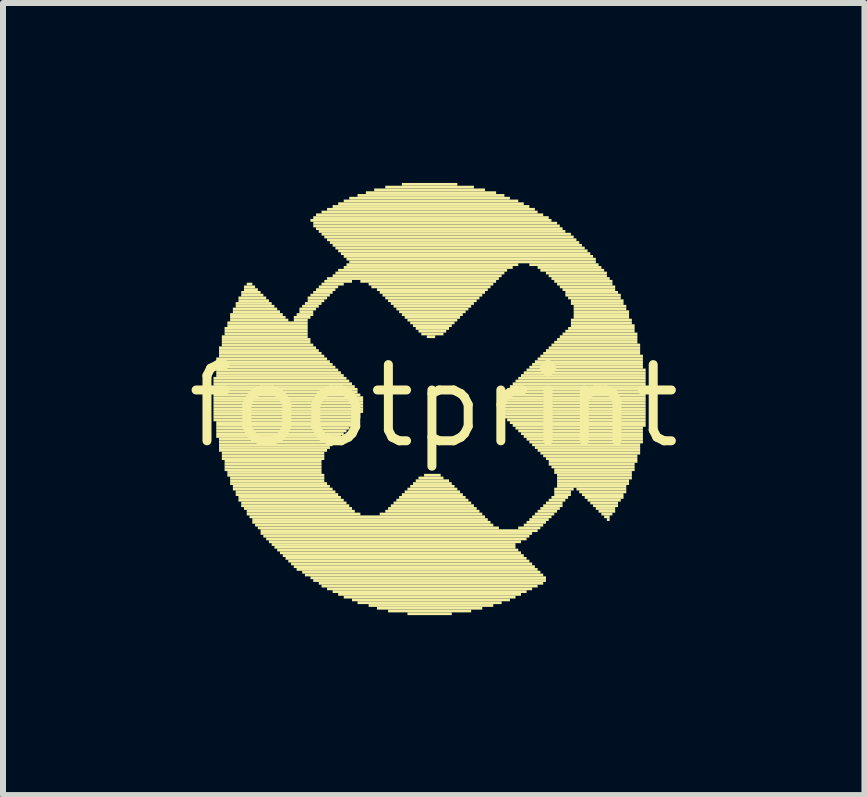
<source format=kicad_pcb>
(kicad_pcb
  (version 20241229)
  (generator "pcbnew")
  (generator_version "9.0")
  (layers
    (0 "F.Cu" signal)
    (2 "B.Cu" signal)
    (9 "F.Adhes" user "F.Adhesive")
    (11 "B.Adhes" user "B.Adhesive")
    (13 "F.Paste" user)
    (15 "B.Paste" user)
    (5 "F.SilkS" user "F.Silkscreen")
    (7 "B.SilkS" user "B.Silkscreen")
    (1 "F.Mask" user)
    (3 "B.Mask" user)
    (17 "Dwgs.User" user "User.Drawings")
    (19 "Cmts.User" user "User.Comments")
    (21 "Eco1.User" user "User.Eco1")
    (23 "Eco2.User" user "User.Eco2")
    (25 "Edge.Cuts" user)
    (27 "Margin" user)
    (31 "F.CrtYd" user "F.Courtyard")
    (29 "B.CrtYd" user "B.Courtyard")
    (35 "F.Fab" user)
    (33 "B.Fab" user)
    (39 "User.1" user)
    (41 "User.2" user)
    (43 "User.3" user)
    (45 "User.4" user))
  (footprint "footprint"
    (layer "F.Cu")
    (at 4.18 3.718)
    (property "Reference" "footprint" (at 0 0 0) (layer "F.SilkS") (effects (font (size 1.27 1.27) (thickness 0.15))))
    (fp_poly (pts (xy -3.671 -0.439) (xy -1.454 -0.439) (xy -1.454 -0.485) (xy -3.671 -0.485)) (stroke (width 0) (type solid)) (fill yes) (layer "F.SilkS"))
    (fp_poly (pts (xy -3.671 -0.393) (xy -1.408 -0.393) (xy -1.408 -0.439) (xy -3.671 -0.439)) (stroke (width 0) (type solid)) (fill yes) (layer "F.SilkS"))
    (fp_poly (pts (xy -3.671 -0.347) (xy -1.362 -0.347) (xy -1.362 -0.393) (xy -3.671 -0.393)) (stroke (width 0) (type solid)) (fill yes) (layer "F.SilkS"))
    (fp_poly (pts (xy -3.671 -0.301) (xy -1.316 -0.301) (xy -1.316 -0.347) (xy -3.671 -0.347)) (stroke (width 0) (type solid)) (fill yes) (layer "F.SilkS"))
    (fp_poly (pts (xy -3.671 -0.254) (xy -1.27 -0.254) (xy -1.27 -0.301) (xy -3.671 -0.301)) (stroke (width 0) (type solid)) (fill yes) (layer "F.SilkS"))
    (fp_poly (pts (xy -3.671 -0.208) (xy -1.27 -0.208) (xy -1.27 -0.254) (xy -3.671 -0.254)) (stroke (width 0) (type solid)) (fill yes) (layer "F.SilkS"))
    (fp_poly (pts (xy -3.671 -0.162) (xy -1.223 -0.162) (xy -1.223 -0.208) (xy -3.671 -0.208)) (stroke (width 0) (type solid)) (fill yes) (layer "F.SilkS"))
    (fp_poly (pts (xy -3.671 -0.116) (xy -1.177 -0.116) (xy -1.177 -0.162) (xy -3.671 -0.162)) (stroke (width 0) (type solid)) (fill yes) (layer "F.SilkS"))
    (fp_poly (pts (xy -3.671 -0.07) (xy -1.177 -0.07) (xy -1.177 -0.116) (xy -3.671 -0.116)) (stroke (width 0) (type solid)) (fill yes) (layer "F.SilkS"))
    (fp_poly (pts (xy -3.671 -0.024) (xy -1.177 -0.024) (xy -1.177 -0.07) (xy -3.671 -0.07)) (stroke (width 0) (type solid)) (fill yes) (layer "F.SilkS"))
    (fp_poly (pts (xy -3.671 0.023) (xy -1.177 0.023) (xy -1.177 -0.024) (xy -3.671 -0.024)) (stroke (width 0) (type solid)) (fill yes) (layer "F.SilkS"))
    (fp_poly (pts (xy -3.671 0.069) (xy -1.177 0.069) (xy -1.177 0.023) (xy -3.671 0.023)) (stroke (width 0) (type solid)) (fill yes) (layer "F.SilkS"))
    (fp_poly (pts (xy -3.671 0.115) (xy -1.177 0.115) (xy -1.177 0.069) (xy -3.671 0.069)) (stroke (width 0) (type solid)) (fill yes) (layer "F.SilkS"))
    (fp_poly (pts (xy -3.671 0.161) (xy -1.223 0.161) (xy -1.223 0.115) (xy -3.671 0.115)) (stroke (width 0) (type solid)) (fill yes) (layer "F.SilkS"))
    (fp_poly (pts (xy -3.671 0.207) (xy -1.223 0.207) (xy -1.223 0.161) (xy -3.671 0.161)) (stroke (width 0) (type solid)) (fill yes) (layer "F.SilkS"))
    (fp_poly (pts (xy -3.671 0.254) (xy -1.27 0.254) (xy -1.27 0.207) (xy -3.671 0.207)) (stroke (width 0) (type solid)) (fill yes) (layer "F.SilkS"))
    (fp_poly (pts (xy -3.625 -0.762) (xy -1.778 -0.762) (xy -1.778 -0.809) (xy -3.625 -0.809)) (stroke (width 0) (type solid)) (fill yes) (layer "F.SilkS"))
    (fp_poly (pts (xy -3.625 -0.716) (xy -1.731 -0.716) (xy -1.731 -0.762) (xy -3.625 -0.762)) (stroke (width 0) (type solid)) (fill yes) (layer "F.SilkS"))
    (fp_poly (pts (xy -3.625 -0.67) (xy -1.685 -0.67) (xy -1.685 -0.716) (xy -3.625 -0.716)) (stroke (width 0) (type solid)) (fill yes) (layer "F.SilkS"))
    (fp_poly (pts (xy -3.625 -0.624) (xy -1.639 -0.624) (xy -1.639 -0.67) (xy -3.625 -0.67)) (stroke (width 0) (type solid)) (fill yes) (layer "F.SilkS"))
    (fp_poly (pts (xy -3.625 -0.578) (xy -1.593 -0.578) (xy -1.593 -0.624) (xy -3.625 -0.624)) (stroke (width 0) (type solid)) (fill yes) (layer "F.SilkS"))
    (fp_poly (pts (xy -3.625 -0.531) (xy -1.547 -0.531) (xy -1.547 -0.578) (xy -3.625 -0.578)) (stroke (width 0) (type solid)) (fill yes) (layer "F.SilkS"))
    (fp_poly (pts (xy -3.625 -0.485) (xy -1.5 -0.485) (xy -1.5 -0.531) (xy -3.625 -0.531)) (stroke (width 0) (type solid)) (fill yes) (layer "F.SilkS"))
    (fp_poly (pts (xy -3.625 0.3) (xy -1.316 0.3) (xy -1.316 0.254) (xy -3.625 0.254)) (stroke (width 0) (type solid)) (fill yes) (layer "F.SilkS"))
    (fp_poly (pts (xy -3.625 0.346) (xy -1.362 0.346) (xy -1.362 0.3) (xy -3.625 0.3)) (stroke (width 0) (type solid)) (fill yes) (layer "F.SilkS"))
    (fp_poly (pts (xy -3.625 0.392) (xy -1.408 0.392) (xy -1.408 0.346) (xy -3.625 0.346)) (stroke (width 0) (type solid)) (fill yes) (layer "F.SilkS"))
    (fp_poly (pts (xy -3.625 0.438) (xy -1.454 0.438) (xy -1.454 0.392) (xy -3.625 0.392)) (stroke (width 0) (type solid)) (fill yes) (layer "F.SilkS"))
    (fp_poly (pts (xy -3.625 0.484) (xy -1.5 0.484) (xy -1.5 0.438) (xy -3.625 0.438)) (stroke (width 0) (type solid)) (fill yes) (layer "F.SilkS"))
    (fp_poly (pts (xy -3.625 0.531) (xy -1.547 0.531) (xy -1.547 0.484) (xy -3.625 0.484)) (stroke (width 0) (type solid)) (fill yes) (layer "F.SilkS"))
    (fp_poly (pts (xy -3.579 -0.947) (xy -1.962 -0.947) (xy -1.962 -0.993) (xy -3.579 -0.993)) (stroke (width 0) (type solid)) (fill yes) (layer "F.SilkS"))
    (fp_poly (pts (xy -3.579 -0.901) (xy -1.916 -0.901) (xy -1.916 -0.947) (xy -3.579 -0.947)) (stroke (width 0) (type solid)) (fill yes) (layer "F.SilkS"))
    (fp_poly (pts (xy -3.579 -0.855) (xy -1.87 -0.855) (xy -1.87 -0.901) (xy -3.579 -0.901)) (stroke (width 0) (type solid)) (fill yes) (layer "F.SilkS"))
    (fp_poly (pts (xy -3.579 -0.809) (xy -1.824 -0.809) (xy -1.824 -0.855) (xy -3.579 -0.855)) (stroke (width 0) (type solid)) (fill yes) (layer "F.SilkS"))
    (fp_poly (pts (xy -3.579 0.577) (xy -1.593 0.577) (xy -1.593 0.531) (xy -3.579 0.531)) (stroke (width 0) (type solid)) (fill yes) (layer "F.SilkS"))
    (fp_poly (pts (xy -3.579 0.623) (xy -1.639 0.623) (xy -1.639 0.577) (xy -3.579 0.577)) (stroke (width 0) (type solid)) (fill yes) (layer "F.SilkS"))
    (fp_poly (pts (xy -3.579 0.669) (xy -1.685 0.669) (xy -1.685 0.623) (xy -3.579 0.623)) (stroke (width 0) (type solid)) (fill yes) (layer "F.SilkS"))
    (fp_poly (pts (xy -3.579 0.715) (xy -1.731 0.715) (xy -1.731 0.669) (xy -3.579 0.669)) (stroke (width 0) (type solid)) (fill yes) (layer "F.SilkS"))
    (fp_poly (pts (xy -3.579 0.762) (xy -1.778 0.762) (xy -1.778 0.715) (xy -3.579 0.715)) (stroke (width 0) (type solid)) (fill yes) (layer "F.SilkS"))
    (fp_poly (pts (xy -3.532 -1.132) (xy -2.101 -1.132) (xy -2.101 -1.178) (xy -3.532 -1.178)) (stroke (width 0) (type solid)) (fill yes) (layer "F.SilkS"))
    (fp_poly (pts (xy -3.532 -1.086) (xy -2.055 -1.086) (xy -2.055 -1.132) (xy -3.532 -1.132)) (stroke (width 0) (type solid)) (fill yes) (layer "F.SilkS"))
    (fp_poly (pts (xy -3.532 -1.04) (xy -2.055 -1.04) (xy -2.055 -1.086) (xy -3.532 -1.086)) (stroke (width 0) (type solid)) (fill yes) (layer "F.SilkS"))
    (fp_poly (pts (xy -3.532 -0.993) (xy -2.008 -0.993) (xy -2.008 -1.04) (xy -3.532 -1.04)) (stroke (width 0) (type solid)) (fill yes) (layer "F.SilkS"))
    (fp_poly (pts (xy -3.532 0.808) (xy -1.824 0.808) (xy -1.824 0.762) (xy -3.532 0.762)) (stroke (width 0) (type solid)) (fill yes) (layer "F.SilkS"))
    (fp_poly (pts (xy -3.532 0.854) (xy -1.824 0.854) (xy -1.824 0.808) (xy -3.532 0.808)) (stroke (width 0) (type solid)) (fill yes) (layer "F.SilkS"))
    (fp_poly (pts (xy -3.532 0.9) (xy -1.824 0.9) (xy -1.824 0.854) (xy -3.532 0.854)) (stroke (width 0) (type solid)) (fill yes) (layer "F.SilkS"))
    (fp_poly (pts (xy -3.486 -1.27) (xy -2.101 -1.27) (xy -2.101 -1.317) (xy -3.486 -1.317)) (stroke (width 0) (type solid)) (fill yes) (layer "F.SilkS"))
    (fp_poly (pts (xy -3.486 -1.224) (xy -2.101 -1.224) (xy -2.101 -1.27) (xy -3.486 -1.27)) (stroke (width 0) (type solid)) (fill yes) (layer "F.SilkS"))
    (fp_poly (pts (xy -3.486 -1.178) (xy -2.101 -1.178) (xy -2.101 -1.224) (xy -3.486 -1.224)) (stroke (width 0) (type solid)) (fill yes) (layer "F.SilkS"))
    (fp_poly (pts (xy -3.486 0.946) (xy -1.87 0.946) (xy -1.87 0.9) (xy -3.486 0.9)) (stroke (width 0) (type solid)) (fill yes) (layer "F.SilkS"))
    (fp_poly (pts (xy -3.486 0.993) (xy -1.87 0.993) (xy -1.87 0.946) (xy -3.486 0.946)) (stroke (width 0) (type solid)) (fill yes) (layer "F.SilkS"))
    (fp_poly (pts (xy -3.486 1.039) (xy -1.87 1.039) (xy -1.87 0.993) (xy -3.486 0.993)) (stroke (width 0) (type solid)) (fill yes) (layer "F.SilkS"))
    (fp_poly (pts (xy -3.486 1.085) (xy -1.87 1.085) (xy -1.87 1.039) (xy -3.486 1.039)) (stroke (width 0) (type solid)) (fill yes) (layer "F.SilkS"))
    (fp_poly (pts (xy -3.44 -1.363) (xy -2.101 -1.363) (xy -2.101 -1.409) (xy -3.44 -1.409)) (stroke (width 0) (type solid)) (fill yes) (layer "F.SilkS"))
    (fp_poly (pts (xy -3.44 -1.317) (xy -2.101 -1.317) (xy -2.101 -1.363) (xy -3.44 -1.363)) (stroke (width 0) (type solid)) (fill yes) (layer "F.SilkS"))
    (fp_poly (pts (xy -3.44 1.131) (xy -1.87 1.131) (xy -1.87 1.085) (xy -3.44 1.085)) (stroke (width 0) (type solid)) (fill yes) (layer "F.SilkS"))
    (fp_poly (pts (xy -3.44 1.177) (xy -1.824 1.177) (xy -1.824 1.131) (xy -3.44 1.131)) (stroke (width 0) (type solid)) (fill yes) (layer "F.SilkS"))
    (fp_poly (pts (xy -3.394 -1.501) (xy -2.516 -1.501) (xy -2.516 -1.548) (xy -3.394 -1.548)) (stroke (width 0) (type solid)) (fill yes) (layer "F.SilkS"))
    (fp_poly (pts (xy -3.394 -1.455) (xy -2.47 -1.455) (xy -2.47 -1.501) (xy -3.394 -1.501)) (stroke (width 0) (type solid)) (fill yes) (layer "F.SilkS"))
    (fp_poly (pts (xy -3.394 -1.409) (xy -2.424 -1.409) (xy -2.424 -1.455) (xy -3.394 -1.455)) (stroke (width 0) (type solid)) (fill yes) (layer "F.SilkS"))
    (fp_poly (pts (xy -3.394 1.223) (xy -1.824 1.223) (xy -1.824 1.177) (xy -3.394 1.177)) (stroke (width 0) (type solid)) (fill yes) (layer "F.SilkS"))
    (fp_poly (pts (xy -3.394 1.27) (xy -1.824 1.27) (xy -1.824 1.223) (xy -3.394 1.223)) (stroke (width 0) (type solid)) (fill yes) (layer "F.SilkS"))
    (fp_poly (pts (xy -3.394 1.316) (xy -1.778 1.316) (xy -1.778 1.27) (xy -3.394 1.27)) (stroke (width 0) (type solid)) (fill yes) (layer "F.SilkS"))
    (fp_poly (pts (xy -3.348 -1.594) (xy -2.609 -1.594) (xy -2.609 -1.64) (xy -3.348 -1.64)) (stroke (width 0) (type solid)) (fill yes) (layer "F.SilkS"))
    (fp_poly (pts (xy -3.348 -1.548) (xy -2.563 -1.548) (xy -2.563 -1.594) (xy -3.348 -1.594)) (stroke (width 0) (type solid)) (fill yes) (layer "F.SilkS"))
    (fp_poly (pts (xy -3.348 1.362) (xy -1.731 1.362) (xy -1.731 1.316) (xy -3.348 1.316)) (stroke (width 0) (type solid)) (fill yes) (layer "F.SilkS"))
    (fp_poly (pts (xy -3.348 1.408) (xy -1.685 1.408) (xy -1.685 1.362) (xy -3.348 1.362)) (stroke (width 0) (type solid)) (fill yes) (layer "F.SilkS"))
    (fp_poly (pts (xy -3.301 -1.686) (xy -2.701 -1.686) (xy -2.701 -1.732) (xy -3.301 -1.732)) (stroke (width 0) (type solid)) (fill yes) (layer "F.SilkS"))
    (fp_poly (pts (xy -3.301 -1.64) (xy -2.655 -1.64) (xy -2.655 -1.686) (xy -3.301 -1.686)) (stroke (width 0) (type solid)) (fill yes) (layer "F.SilkS"))
    (fp_poly (pts (xy -3.301 1.454) (xy -1.639 1.454) (xy -1.639 1.408) (xy -3.301 1.408)) (stroke (width 0) (type solid)) (fill yes) (layer "F.SilkS"))
    (fp_poly (pts (xy -3.301 1.5) (xy -1.593 1.5) (xy -1.593 1.454) (xy -3.301 1.454)) (stroke (width 0) (type solid)) (fill yes) (layer "F.SilkS"))
    (fp_poly (pts (xy -3.255 -1.778) (xy -2.793 -1.778) (xy -2.793 -1.825) (xy -3.255 -1.825)) (stroke (width 0) (type solid)) (fill yes) (layer "F.SilkS"))
    (fp_poly (pts (xy -3.255 -1.732) (xy -2.747 -1.732) (xy -2.747 -1.778) (xy -3.255 -1.778)) (stroke (width 0) (type solid)) (fill yes) (layer "F.SilkS"))
    (fp_poly (pts (xy -3.255 1.547) (xy -1.547 1.547) (xy -1.547 1.5) (xy -3.255 1.5)) (stroke (width 0) (type solid)) (fill yes) (layer "F.SilkS"))
    (fp_poly (pts (xy -3.255 1.593) (xy -1.5 1.593) (xy -1.5 1.547) (xy -3.255 1.547)) (stroke (width 0) (type solid)) (fill yes) (layer "F.SilkS"))
    (fp_poly (pts (xy -3.209 -1.871) (xy -2.886 -1.871) (xy -2.886 -1.917) (xy -3.209 -1.917)) (stroke (width 0) (type solid)) (fill yes) (layer "F.SilkS"))
    (fp_poly (pts (xy -3.209 -1.825) (xy -2.84 -1.825) (xy -2.84 -1.871) (xy -3.209 -1.871)) (stroke (width 0) (type solid)) (fill yes) (layer "F.SilkS"))
    (fp_poly (pts (xy -3.209 1.639) (xy -1.454 1.639) (xy -1.454 1.593) (xy -3.209 1.593)) (stroke (width 0) (type solid)) (fill yes) (layer "F.SilkS"))
    (fp_poly (pts (xy -3.209 1.685) (xy -1.408 1.685) (xy -1.408 1.639) (xy -3.209 1.639)) (stroke (width 0) (type solid)) (fill yes) (layer "F.SilkS"))
    (fp_poly (pts (xy -3.163 -1.963) (xy -2.978 -1.963) (xy -2.978 -2.009) (xy -3.163 -2.009)) (stroke (width 0) (type solid)) (fill yes) (layer "F.SilkS"))
    (fp_poly (pts (xy -3.163 -1.917) (xy -2.932 -1.917) (xy -2.932 -1.963) (xy -3.163 -1.963)) (stroke (width 0) (type solid)) (fill yes) (layer "F.SilkS"))
    (fp_poly (pts (xy -3.163 1.731) (xy -1.362 1.731) (xy -1.362 1.685) (xy -3.163 1.685)) (stroke (width 0) (type solid)) (fill yes) (layer "F.SilkS"))
    (fp_poly (pts (xy -3.117 -2.009) (xy -3.024 -2.009) (xy -3.024 -2.055) (xy -3.117 -2.055)) (stroke (width 0) (type solid)) (fill yes) (layer "F.SilkS"))
    (fp_poly (pts (xy -3.117 1.778) (xy -1.316 1.778) (xy -1.316 1.731) (xy -3.117 1.731)) (stroke (width 0) (type solid)) (fill yes) (layer "F.SilkS"))
    (fp_poly (pts (xy -3.117 1.824) (xy -1.223 1.824) (xy -1.223 1.778) (xy -3.117 1.778)) (stroke (width 0) (type solid)) (fill yes) (layer "F.SilkS"))
    (fp_poly (pts (xy -3.071 1.87) (xy 0.855 1.87) (xy 0.855 1.824) (xy -3.071 1.824)) (stroke (width 0) (type solid)) (fill yes) (layer "F.SilkS"))
    (fp_poly (pts (xy -3.024 1.916) (xy 0.901 1.916) (xy 0.901 1.87) (xy -3.024 1.87)) (stroke (width 0) (type solid)) (fill yes) (layer "F.SilkS"))
    (fp_poly (pts (xy -3.024 1.962) (xy 0.947 1.962) (xy 0.947 1.916) (xy -3.024 1.916)) (stroke (width 0) (type solid)) (fill yes) (layer "F.SilkS"))
    (fp_poly (pts (xy -2.978 2.009) (xy 0.993 2.009) (xy 0.993 1.962) (xy -2.978 1.962)) (stroke (width 0) (type solid)) (fill yes) (layer "F.SilkS"))
    (fp_poly (pts (xy -2.932 2.055) (xy 1.086 2.055) (xy 1.086 2.009) (xy -2.932 2.009)) (stroke (width 0) (type solid)) (fill yes) (layer "F.SilkS"))
    (fp_poly (pts (xy -2.886 2.101) (xy 1.732 2.101) (xy 1.732 2.055) (xy -2.886 2.055)) (stroke (width 0) (type solid)) (fill yes) (layer "F.SilkS"))
    (fp_poly (pts (xy -2.886 2.147) (xy 1.64 2.147) (xy 1.64 2.101) (xy -2.886 2.101)) (stroke (width 0) (type solid)) (fill yes) (layer "F.SilkS"))
    (fp_poly (pts (xy -2.84 2.193) (xy 1.594 2.193) (xy 1.594 2.147) (xy -2.84 2.147)) (stroke (width 0) (type solid)) (fill yes) (layer "F.SilkS"))
    (fp_poly (pts (xy -2.793 2.239) (xy 1.548 2.239) (xy 1.548 2.193) (xy -2.793 2.193)) (stroke (width 0) (type solid)) (fill yes) (layer "F.SilkS"))
    (fp_poly (pts (xy -2.747 2.286) (xy 1.455 2.286) (xy 1.455 2.239) (xy -2.747 2.239)) (stroke (width 0) (type solid)) (fill yes) (layer "F.SilkS"))
    (fp_poly (pts (xy -2.701 2.332) (xy 1.363 2.332) (xy 1.363 2.286) (xy -2.701 2.286)) (stroke (width 0) (type solid)) (fill yes) (layer "F.SilkS"))
    (fp_poly (pts (xy -2.655 2.378) (xy 1.363 2.378) (xy 1.363 2.332) (xy -2.655 2.332)) (stroke (width 0) (type solid)) (fill yes) (layer "F.SilkS"))
    (fp_poly (pts (xy -2.609 2.424) (xy 1.409 2.424) (xy 1.409 2.378) (xy -2.609 2.378)) (stroke (width 0) (type solid)) (fill yes) (layer "F.SilkS"))
    (fp_poly (pts (xy -2.563 2.47) (xy 1.455 2.47) (xy 1.455 2.424) (xy -2.563 2.424)) (stroke (width 0) (type solid)) (fill yes) (layer "F.SilkS"))
    (fp_poly (pts (xy -2.516 2.517) (xy 1.501 2.517) (xy 1.501 2.47) (xy -2.516 2.47)) (stroke (width 0) (type solid)) (fill yes) (layer "F.SilkS"))
    (fp_poly (pts (xy -2.47 2.563) (xy 1.548 2.563) (xy 1.548 2.517) (xy -2.47 2.517)) (stroke (width 0) (type solid)) (fill yes) (layer "F.SilkS"))
    (fp_poly (pts (xy -2.424 2.609) (xy 1.594 2.609) (xy 1.594 2.563) (xy -2.424 2.563)) (stroke (width 0) (type solid)) (fill yes) (layer "F.SilkS"))
    (fp_poly (pts (xy -2.378 2.655) (xy 1.64 2.655) (xy 1.64 2.609) (xy -2.378 2.609)) (stroke (width 0) (type solid)) (fill yes) (layer "F.SilkS"))
    (fp_poly (pts (xy -2.332 -1.455) (xy -2.055 -1.455) (xy -2.055 -1.501) (xy -2.332 -1.501)) (stroke (width 0) (type solid)) (fill yes) (layer "F.SilkS"))
    (fp_poly (pts (xy -2.332 -1.409) (xy -2.101 -1.409) (xy -2.101 -1.455) (xy -2.332 -1.455)) (stroke (width 0) (type solid)) (fill yes) (layer "F.SilkS"))
    (fp_poly (pts (xy -2.332 2.701) (xy 1.686 2.701) (xy 1.686 2.655) (xy -2.332 2.655)) (stroke (width 0) (type solid)) (fill yes) (layer "F.SilkS"))
    (fp_poly (pts (xy -2.285 -1.501) (xy -2.008 -1.501) (xy -2.008 -1.548) (xy -2.285 -1.548)) (stroke (width 0) (type solid)) (fill yes) (layer "F.SilkS"))
    (fp_poly (pts (xy -2.285 2.747) (xy 1.732 2.747) (xy 1.732 2.701) (xy -2.285 2.701)) (stroke (width 0) (type solid)) (fill yes) (layer "F.SilkS"))
    (fp_poly (pts (xy -2.239 -1.594) (xy -1.962 -1.594) (xy -1.962 -1.64) (xy -2.239 -1.64)) (stroke (width 0) (type solid)) (fill yes) (layer "F.SilkS"))
    (fp_poly (pts (xy -2.239 -1.548) (xy -2.008 -1.548) (xy -2.008 -1.594) (xy -2.239 -1.594)) (stroke (width 0) (type solid)) (fill yes) (layer "F.SilkS"))
    (fp_poly (pts (xy -2.193 -1.64) (xy -1.916 -1.64) (xy -1.916 -1.686) (xy -2.193 -1.686)) (stroke (width 0) (type solid)) (fill yes) (layer "F.SilkS"))
    (fp_poly (pts (xy -2.193 2.794) (xy 1.778 2.794) (xy 1.778 2.747) (xy -2.193 2.747)) (stroke (width 0) (type solid)) (fill yes) (layer "F.SilkS"))
    (fp_poly (pts (xy -2.147 -1.686) (xy -1.87 -1.686) (xy -1.87 -1.732) (xy -2.147 -1.732)) (stroke (width 0) (type solid)) (fill yes) (layer "F.SilkS"))
    (fp_poly (pts (xy -2.147 2.84) (xy 1.825 2.84) (xy 1.825 2.794) (xy -2.147 2.794)) (stroke (width 0) (type solid)) (fill yes) (layer "F.SilkS"))
    (fp_poly (pts (xy -2.101 -1.778) (xy -1.778 -1.778) (xy -1.778 -1.825) (xy -2.101 -1.825)) (stroke (width 0) (type solid)) (fill yes) (layer "F.SilkS"))
    (fp_poly (pts (xy -2.101 -1.732) (xy -1.824 -1.732) (xy -1.824 -1.778) (xy -2.101 -1.778)) (stroke (width 0) (type solid)) (fill yes) (layer "F.SilkS"))
    (fp_poly (pts (xy -2.055 -3.071) (xy 1.963 -3.071) (xy 1.963 -3.118) (xy -2.055 -3.118)) (stroke (width 0) (type solid)) (fill yes) (layer "F.SilkS"))
    (fp_poly (pts (xy -2.055 -1.825) (xy -1.731 -1.825) (xy -1.731 -1.871) (xy -2.055 -1.871)) (stroke (width 0) (type solid)) (fill yes) (layer "F.SilkS"))
    (fp_poly (pts (xy -2.055 2.886) (xy 1.871 2.886) (xy 1.871 2.84) (xy -2.055 2.84)) (stroke (width 0) (type solid)) (fill yes) (layer "F.SilkS"))
    (fp_poly (pts (xy -2.008 -3.118) (xy 1.917 -3.118) (xy 1.917 -3.164) (xy -2.008 -3.164)) (stroke (width 0) (type solid)) (fill yes) (layer "F.SilkS"))
    (fp_poly (pts (xy -2.008 -3.025) (xy 2.056 -3.025) (xy 2.056 -3.071) (xy -2.008 -3.071)) (stroke (width 0) (type solid)) (fill yes) (layer "F.SilkS"))
    (fp_poly (pts (xy -2.008 -2.979) (xy 2.102 -2.979) (xy 2.102 -3.025) (xy -2.008 -3.025)) (stroke (width 0) (type solid)) (fill yes) (layer "F.SilkS"))
    (fp_poly (pts (xy -2.008 -1.871) (xy -1.685 -1.871) (xy -1.685 -1.917) (xy -2.008 -1.917)) (stroke (width 0) (type solid)) (fill yes) (layer "F.SilkS"))
    (fp_poly (pts (xy -2.008 2.932) (xy 1.871 2.932) (xy 1.871 2.886) (xy -2.008 2.886)) (stroke (width 0) (type solid)) (fill yes) (layer "F.SilkS"))
    (fp_poly (pts (xy -1.962 -3.164) (xy 1.825 -3.164) (xy 1.825 -3.21) (xy -1.962 -3.21)) (stroke (width 0) (type solid)) (fill yes) (layer "F.SilkS"))
    (fp_poly (pts (xy -1.962 -2.933) (xy 2.148 -2.933) (xy 2.148 -2.979) (xy -1.962 -2.979)) (stroke (width 0) (type solid)) (fill yes) (layer "F.SilkS"))
    (fp_poly (pts (xy -1.962 -1.917) (xy -1.639 -1.917) (xy -1.639 -1.963) (xy -1.962 -1.963)) (stroke (width 0) (type solid)) (fill yes) (layer "F.SilkS"))
    (fp_poly (pts (xy -1.916 -2.887) (xy 2.194 -2.887) (xy 2.194 -2.933) (xy -1.916 -2.933)) (stroke (width 0) (type solid)) (fill yes) (layer "F.SilkS"))
    (fp_poly (pts (xy -1.916 -1.963) (xy -1.593 -1.963) (xy -1.593 -2.009) (xy -1.916 -2.009)) (stroke (width 0) (type solid)) (fill yes) (layer "F.SilkS"))
    (fp_poly (pts (xy -1.916 2.978) (xy 1.825 2.978) (xy 1.825 2.932) (xy -1.916 2.932)) (stroke (width 0) (type solid)) (fill yes) (layer "F.SilkS"))
    (fp_poly (pts (xy -1.87 -3.21) (xy 1.732 -3.21) (xy 1.732 -3.256) (xy -1.87 -3.256)) (stroke (width 0) (type solid)) (fill yes) (layer "F.SilkS"))
    (fp_poly (pts (xy -1.87 -2.841) (xy 2.287 -2.841) (xy 2.287 -2.887) (xy -1.87 -2.887)) (stroke (width 0) (type solid)) (fill yes) (layer "F.SilkS"))
    (fp_poly (pts (xy -1.87 -2.009) (xy -1.5 -2.009) (xy -1.5 -2.055) (xy -1.87 -2.055)) (stroke (width 0) (type solid)) (fill yes) (layer "F.SilkS"))
    (fp_poly (pts (xy -1.87 3.025) (xy 1.732 3.025) (xy 1.732 2.978) (xy -1.87 2.978)) (stroke (width 0) (type solid)) (fill yes) (layer "F.SilkS"))
    (fp_poly (pts (xy -1.824 -2.794) (xy 2.333 -2.794) (xy 2.333 -2.841) (xy -1.824 -2.841)) (stroke (width 0) (type solid)) (fill yes) (layer "F.SilkS"))
    (fp_poly (pts (xy -1.824 -2.055) (xy -1.362 -2.055) (xy -1.362 -2.102) (xy -1.824 -2.102)) (stroke (width 0) (type solid)) (fill yes) (layer "F.SilkS"))
    (fp_poly (pts (xy -1.778 -3.256) (xy 1.686 -3.256) (xy 1.686 -3.302) (xy -1.778 -3.302)) (stroke (width 0) (type solid)) (fill yes) (layer "F.SilkS"))
    (fp_poly (pts (xy -1.778 -2.748) (xy 2.379 -2.748) (xy 2.379 -2.794) (xy -1.778 -2.794)) (stroke (width 0) (type solid)) (fill yes) (layer "F.SilkS"))
    (fp_poly (pts (xy -1.778 -2.102) (xy 1.086 -2.102) (xy 1.086 -2.148) (xy -1.778 -2.148)) (stroke (width 0) (type solid)) (fill yes) (layer "F.SilkS"))
    (fp_poly (pts (xy -1.778 3.071) (xy 1.64 3.071) (xy 1.64 3.025) (xy -1.778 3.025)) (stroke (width 0) (type solid)) (fill yes) (layer "F.SilkS"))
    (fp_poly (pts (xy -1.731 -2.702) (xy 2.425 -2.702) (xy 2.425 -2.748) (xy -1.731 -2.748)) (stroke (width 0) (type solid)) (fill yes) (layer "F.SilkS"))
    (fp_poly (pts (xy -1.685 -3.302) (xy 1.594 -3.302) (xy 1.594 -3.349) (xy -1.685 -3.349)) (stroke (width 0) (type solid)) (fill yes) (layer "F.SilkS"))
    (fp_poly (pts (xy -1.685 -2.656) (xy 2.471 -2.656) (xy 2.471 -2.702) (xy -1.685 -2.702)) (stroke (width 0) (type solid)) (fill yes) (layer "F.SilkS"))
    (fp_poly (pts (xy -1.685 -2.148) (xy 1.132 -2.148) (xy 1.132 -2.194) (xy -1.685 -2.194)) (stroke (width 0) (type solid)) (fill yes) (layer "F.SilkS"))
    (fp_poly (pts (xy -1.685 3.117) (xy 1.548 3.117) (xy 1.548 3.071) (xy -1.685 3.071)) (stroke (width 0) (type solid)) (fill yes) (layer "F.SilkS"))
    (fp_poly (pts (xy -1.639 -2.61) (xy 2.517 -2.61) (xy 2.517 -2.656) (xy -1.639 -2.656)) (stroke (width 0) (type solid)) (fill yes) (layer "F.SilkS"))
    (fp_poly (pts (xy -1.639 -2.194) (xy 1.178 -2.194) (xy 1.178 -2.24) (xy -1.639 -2.24)) (stroke (width 0) (type solid)) (fill yes) (layer "F.SilkS"))
    (fp_poly (pts (xy -1.593 -3.349) (xy 1.501 -3.349) (xy 1.501 -3.395) (xy -1.593 -3.395)) (stroke (width 0) (type solid)) (fill yes) (layer "F.SilkS"))
    (fp_poly (pts (xy -1.593 -2.563) (xy 2.564 -2.563) (xy 2.564 -2.61) (xy -1.593 -2.61)) (stroke (width 0) (type solid)) (fill yes) (layer "F.SilkS"))
    (fp_poly (pts (xy -1.593 -2.24) (xy 1.224 -2.24) (xy 1.224 -2.286) (xy -1.593 -2.286)) (stroke (width 0) (type solid)) (fill yes) (layer "F.SilkS"))
    (fp_poly (pts (xy -1.593 3.163) (xy 1.455 3.163) (xy 1.455 3.117) (xy -1.593 3.117)) (stroke (width 0) (type solid)) (fill yes) (layer "F.SilkS"))
    (fp_poly (pts (xy -1.547 -2.517) (xy 2.61 -2.517) (xy 2.61 -2.563) (xy -1.547 -2.563)) (stroke (width 0) (type solid)) (fill yes) (layer "F.SilkS"))
    (fp_poly (pts (xy -1.5 -3.395) (xy 1.409 -3.395) (xy 1.409 -3.441) (xy -1.5 -3.441)) (stroke (width 0) (type solid)) (fill yes) (layer "F.SilkS"))
    (fp_poly (pts (xy -1.5 -2.471) (xy 2.656 -2.471) (xy 2.656 -2.517) (xy -1.5 -2.517)) (stroke (width 0) (type solid)) (fill yes) (layer "F.SilkS"))
    (fp_poly (pts (xy -1.5 -2.286) (xy 1.317 -2.286) (xy 1.317 -2.333) (xy -1.5 -2.333)) (stroke (width 0) (type solid)) (fill yes) (layer "F.SilkS"))
    (fp_poly (pts (xy -1.5 3.209) (xy 1.363 3.209) (xy 1.363 3.163) (xy -1.5 3.163)) (stroke (width 0) (type solid)) (fill yes) (layer "F.SilkS"))
    (fp_poly (pts (xy -1.454 -2.425) (xy 2.702 -2.425) (xy 2.702 -2.471) (xy -1.454 -2.471)) (stroke (width 0) (type solid)) (fill yes) (layer "F.SilkS"))
    (fp_poly (pts (xy -1.454 -2.333) (xy 1.409 -2.333) (xy 1.409 -2.379) (xy -1.454 -2.379)) (stroke (width 0) (type solid)) (fill yes) (layer "F.SilkS"))
    (fp_poly (pts (xy -1.408 -3.441) (xy 1.27 -3.441) (xy 1.27 -3.487) (xy -1.408 -3.487)) (stroke (width 0) (type solid)) (fill yes) (layer "F.SilkS"))
    (fp_poly (pts (xy -1.408 -2.379) (xy 2.702 -2.379) (xy 2.702 -2.425) (xy -1.408 -2.425)) (stroke (width 0) (type solid)) (fill yes) (layer "F.SilkS"))
    (fp_poly (pts (xy -1.362 3.255) (xy 1.27 3.255) (xy 1.27 3.209) (xy -1.362 3.209)) (stroke (width 0) (type solid)) (fill yes) (layer "F.SilkS"))
    (fp_poly (pts (xy -1.27 -3.487) (xy 1.178 -3.487) (xy 1.178 -3.533) (xy -1.27 -3.533)) (stroke (width 0) (type solid)) (fill yes) (layer "F.SilkS"))
    (fp_poly (pts (xy -1.27 3.302) (xy 1.132 3.302) (xy 1.132 3.255) (xy -1.27 3.255)) (stroke (width 0) (type solid)) (fill yes) (layer "F.SilkS"))
    (fp_poly (pts (xy -1.223 -2.055) (xy 1.04 -2.055) (xy 1.04 -2.102) (xy -1.223 -2.102)) (stroke (width 0) (type solid)) (fill yes) (layer "F.SilkS"))
    (fp_poly (pts (xy -1.131 -3.533) (xy 1.04 -3.533) (xy 1.04 -3.579) (xy -1.131 -3.579)) (stroke (width 0) (type solid)) (fill yes) (layer "F.SilkS"))
    (fp_poly (pts (xy -1.085 -2.009) (xy 0.993 -2.009) (xy 0.993 -2.055) (xy -1.085 -2.055)) (stroke (width 0) (type solid)) (fill yes) (layer "F.SilkS"))
    (fp_poly (pts (xy -1.085 3.348) (xy 0.993 3.348) (xy 0.993 3.302) (xy -1.085 3.302)) (stroke (width 0) (type solid)) (fill yes) (layer "F.SilkS"))
    (fp_poly (pts (xy -1.039 -1.963) (xy 0.947 -1.963) (xy 0.947 -2.009) (xy -1.039 -2.009)) (stroke (width 0) (type solid)) (fill yes) (layer "F.SilkS"))
    (fp_poly (pts (xy -0.992 -3.579) (xy 0.855 -3.579) (xy 0.855 -3.626) (xy -0.992 -3.626)) (stroke (width 0) (type solid)) (fill yes) (layer "F.SilkS"))
    (fp_poly (pts (xy -0.946 -1.917) (xy 0.901 -1.917) (xy 0.901 -1.963) (xy -0.946 -1.963)) (stroke (width 0) (type solid)) (fill yes) (layer "F.SilkS"))
    (fp_poly (pts (xy -0.946 3.394) (xy 0.809 3.394) (xy 0.809 3.348) (xy -0.946 3.348)) (stroke (width 0) (type solid)) (fill yes) (layer "F.SilkS"))
    (fp_poly (pts (xy -0.9 -1.871) (xy 0.855 -1.871) (xy 0.855 -1.917) (xy -0.9 -1.917)) (stroke (width 0) (type solid)) (fill yes) (layer "F.SilkS"))
    (fp_poly (pts (xy -0.9 1.824) (xy 0.809 1.824) (xy 0.809 1.778) (xy -0.9 1.778)) (stroke (width 0) (type solid)) (fill yes) (layer "F.SilkS"))
    (fp_poly (pts (xy -0.854 -1.825) (xy 0.809 -1.825) (xy 0.809 -1.871) (xy -0.854 -1.871)) (stroke (width 0) (type solid)) (fill yes) (layer "F.SilkS"))
    (fp_poly (pts (xy -0.808 -3.626) (xy 0.67 -3.626) (xy 0.67 -3.672) (xy -0.808 -3.672)) (stroke (width 0) (type solid)) (fill yes) (layer "F.SilkS"))
    (fp_poly (pts (xy -0.808 -1.778) (xy 0.762 -1.778) (xy 0.762 -1.825) (xy -0.808 -1.825)) (stroke (width 0) (type solid)) (fill yes) (layer "F.SilkS"))
    (fp_poly (pts (xy -0.808 1.778) (xy 0.762 1.778) (xy 0.762 1.731) (xy -0.808 1.731)) (stroke (width 0) (type solid)) (fill yes) (layer "F.SilkS"))
    (fp_poly (pts (xy -0.761 -1.732) (xy 0.716 -1.732) (xy 0.716 -1.778) (xy -0.761 -1.778)) (stroke (width 0) (type solid)) (fill yes) (layer "F.SilkS"))
    (fp_poly (pts (xy -0.761 1.731) (xy 0.716 1.731) (xy 0.716 1.685) (xy -0.761 1.685)) (stroke (width 0) (type solid)) (fill yes) (layer "F.SilkS"))
    (fp_poly (pts (xy -0.761 3.44) (xy 0.624 3.44) (xy 0.624 3.394) (xy -0.761 3.394)) (stroke (width 0) (type solid)) (fill yes) (layer "F.SilkS"))
    (fp_poly (pts (xy -0.715 -1.686) (xy 0.67 -1.686) (xy 0.67 -1.732) (xy -0.715 -1.732)) (stroke (width 0) (type solid)) (fill yes) (layer "F.SilkS"))
    (fp_poly (pts (xy -0.715 1.685) (xy 0.67 1.685) (xy 0.67 1.639) (xy -0.715 1.639)) (stroke (width 0) (type solid)) (fill yes) (layer "F.SilkS"))
    (fp_poly (pts (xy -0.669 -1.64) (xy 0.624 -1.64) (xy 0.624 -1.686) (xy -0.669 -1.686)) (stroke (width 0) (type solid)) (fill yes) (layer "F.SilkS"))
    (fp_poly (pts (xy -0.669 1.639) (xy 0.624 1.639) (xy 0.624 1.593) (xy -0.669 1.593)) (stroke (width 0) (type solid)) (fill yes) (layer "F.SilkS"))
    (fp_poly (pts (xy -0.623 -1.594) (xy 0.578 -1.594) (xy 0.578 -1.64) (xy -0.623 -1.64)) (stroke (width 0) (type solid)) (fill yes) (layer "F.SilkS"))
    (fp_poly (pts (xy -0.623 1.593) (xy 0.578 1.593) (xy 0.578 1.547) (xy -0.623 1.547)) (stroke (width 0) (type solid)) (fill yes) (layer "F.SilkS"))
    (fp_poly (pts (xy -0.577 -1.548) (xy 0.532 -1.548) (xy 0.532 -1.594) (xy -0.577 -1.594)) (stroke (width 0) (type solid)) (fill yes) (layer "F.SilkS"))
    (fp_poly (pts (xy -0.577 1.547) (xy 0.532 1.547) (xy 0.532 1.5) (xy -0.577 1.5)) (stroke (width 0) (type solid)) (fill yes) (layer "F.SilkS"))
    (fp_poly (pts (xy -0.531 -3.672) (xy 0.393 -3.672) (xy 0.393 -3.718) (xy -0.531 -3.718)) (stroke (width 0) (type solid)) (fill yes) (layer "F.SilkS"))
    (fp_poly (pts (xy -0.531 -1.501) (xy 0.485 -1.501) (xy 0.485 -1.548) (xy -0.531 -1.548)) (stroke (width 0) (type solid)) (fill yes) (layer "F.SilkS"))
    (fp_poly (pts (xy -0.531 1.5) (xy 0.485 1.5) (xy 0.485 1.454) (xy -0.531 1.454)) (stroke (width 0) (type solid)) (fill yes) (layer "F.SilkS"))
    (fp_poly (pts (xy -0.484 -1.455) (xy 0.439 -1.455) (xy 0.439 -1.501) (xy -0.484 -1.501)) (stroke (width 0) (type solid)) (fill yes) (layer "F.SilkS"))
    (fp_poly (pts (xy -0.484 1.454) (xy 0.439 1.454) (xy 0.439 1.408) (xy -0.484 1.408)) (stroke (width 0) (type solid)) (fill yes) (layer "F.SilkS"))
    (fp_poly (pts (xy -0.438 -1.409) (xy 0.393 -1.409) (xy 0.393 -1.455) (xy -0.438 -1.455)) (stroke (width 0) (type solid)) (fill yes) (layer "F.SilkS"))
    (fp_poly (pts (xy -0.438 1.408) (xy 0.393 1.408) (xy 0.393 1.362) (xy -0.438 1.362)) (stroke (width 0) (type solid)) (fill yes) (layer "F.SilkS"))
    (fp_poly (pts (xy -0.438 3.486) (xy 0.301 3.486) (xy 0.301 3.44) (xy -0.438 3.44)) (stroke (width 0) (type solid)) (fill yes) (layer "F.SilkS"))
    (fp_poly (pts (xy -0.392 -1.363) (xy 0.347 -1.363) (xy 0.347 -1.409) (xy -0.392 -1.409)) (stroke (width 0) (type solid)) (fill yes) (layer "F.SilkS"))
    (fp_poly (pts (xy -0.392 1.362) (xy 0.347 1.362) (xy 0.347 1.316) (xy -0.392 1.316)) (stroke (width 0) (type solid)) (fill yes) (layer "F.SilkS"))
    (fp_poly (pts (xy -0.346 -1.317) (xy 0.301 -1.317) (xy 0.301 -1.363) (xy -0.346 -1.363)) (stroke (width 0) (type solid)) (fill yes) (layer "F.SilkS"))
    (fp_poly (pts (xy -0.346 1.316) (xy 0.301 1.316) (xy 0.301 1.27) (xy -0.346 1.27)) (stroke (width 0) (type solid)) (fill yes) (layer "F.SilkS"))
    (fp_poly (pts (xy -0.3 -1.27) (xy 0.255 -1.27) (xy 0.255 -1.317) (xy -0.3 -1.317)) (stroke (width 0) (type solid)) (fill yes) (layer "F.SilkS"))
    (fp_poly (pts (xy -0.3 1.27) (xy 0.255 1.27) (xy 0.255 1.223) (xy -0.3 1.223)) (stroke (width 0) (type solid)) (fill yes) (layer "F.SilkS"))
    (fp_poly (pts (xy -0.254 -1.224) (xy 0.208 -1.224) (xy 0.208 -1.27) (xy -0.254 -1.27)) (stroke (width 0) (type solid)) (fill yes) (layer "F.SilkS"))
    (fp_poly (pts (xy -0.254 1.223) (xy 0.162 1.223) (xy 0.162 1.177) (xy -0.254 1.177)) (stroke (width 0) (type solid)) (fill yes) (layer "F.SilkS"))
    (fp_poly (pts (xy -0.207 -1.178) (xy 0.162 -1.178) (xy 0.162 -1.224) (xy -0.207 -1.224)) (stroke (width 0) (type solid)) (fill yes) (layer "F.SilkS"))
    (fp_poly (pts (xy -0.161 1.177) (xy 0.116 1.177) (xy 0.116 1.131) (xy -0.161 1.131)) (stroke (width 0) (type solid)) (fill yes) (layer "F.SilkS"))
    (fp_poly (pts (xy -0.115 -1.132) (xy 0.024 -1.132) (xy 0.024 -1.178) (xy -0.115 -1.178)) (stroke (width 0) (type solid)) (fill yes) (layer "F.SilkS"))
    (fp_poly (pts (xy 1.086 0.023) (xy 3.533 0.023) (xy 3.533 -0.024) (xy 1.086 -0.024)) (stroke (width 0) (type solid)) (fill yes) (layer "F.SilkS"))
    (fp_poly (pts (xy 1.132 -0.116) (xy 3.533 -0.116) (xy 3.533 -0.162) (xy 1.132 -0.162)) (stroke (width 0) (type solid)) (fill yes) (layer "F.SilkS"))
    (fp_poly (pts (xy 1.132 -0.07) (xy 3.533 -0.07) (xy 3.533 -0.116) (xy 1.132 -0.116)) (stroke (width 0) (type solid)) (fill yes) (layer "F.SilkS"))
    (fp_poly (pts (xy 1.132 -0.024) (xy 3.533 -0.024) (xy 3.533 -0.07) (xy 1.132 -0.07)) (stroke (width 0) (type solid)) (fill yes) (layer "F.SilkS"))
    (fp_poly (pts (xy 1.132 0.069) (xy 3.533 0.069) (xy 3.533 0.023) (xy 1.132 0.023)) (stroke (width 0) (type solid)) (fill yes) (layer "F.SilkS"))
    (fp_poly (pts (xy 1.132 0.115) (xy 3.533 0.115) (xy 3.533 0.069) (xy 1.132 0.069)) (stroke (width 0) (type solid)) (fill yes) (layer "F.SilkS"))
    (fp_poly (pts (xy 1.132 0.161) (xy 3.533 0.161) (xy 3.533 0.115) (xy 1.132 0.115)) (stroke (width 0) (type solid)) (fill yes) (layer "F.SilkS"))
    (fp_poly (pts (xy 1.178 -0.208) (xy 3.533 -0.208) (xy 3.533 -0.254) (xy 1.178 -0.254)) (stroke (width 0) (type solid)) (fill yes) (layer "F.SilkS"))
    (fp_poly (pts (xy 1.178 -0.162) (xy 3.533 -0.162) (xy 3.533 -0.208) (xy 1.178 -0.208)) (stroke (width 0) (type solid)) (fill yes) (layer "F.SilkS"))
    (fp_poly (pts (xy 1.178 0.207) (xy 3.533 0.207) (xy 3.533 0.161) (xy 1.178 0.161)) (stroke (width 0) (type solid)) (fill yes) (layer "F.SilkS"))
    (fp_poly (pts (xy 1.224 -0.254) (xy 3.533 -0.254) (xy 3.533 -0.301) (xy 1.224 -0.301)) (stroke (width 0) (type solid)) (fill yes) (layer "F.SilkS"))
    (fp_poly (pts (xy 1.224 0.254) (xy 3.533 0.254) (xy 3.533 0.207) (xy 1.224 0.207)) (stroke (width 0) (type solid)) (fill yes) (layer "F.SilkS"))
    (fp_poly (pts (xy 1.27 -0.301) (xy 3.533 -0.301) (xy 3.533 -0.347) (xy 1.27 -0.347)) (stroke (width 0) (type solid)) (fill yes) (layer "F.SilkS"))
    (fp_poly (pts (xy 1.27 0.3) (xy 3.533 0.3) (xy 3.533 0.254) (xy 1.27 0.254)) (stroke (width 0) (type solid)) (fill yes) (layer "F.SilkS"))
    (fp_poly (pts (xy 1.317 -0.347) (xy 3.533 -0.347) (xy 3.533 -0.393) (xy 1.317 -0.393)) (stroke (width 0) (type solid)) (fill yes) (layer "F.SilkS"))
    (fp_poly (pts (xy 1.317 0.346) (xy 3.533 0.346) (xy 3.533 0.3) (xy 1.317 0.3)) (stroke (width 0) (type solid)) (fill yes) (layer "F.SilkS"))
    (fp_poly (pts (xy 1.363 -0.393) (xy 3.533 -0.393) (xy 3.533 -0.439) (xy 1.363 -0.439)) (stroke (width 0) (type solid)) (fill yes) (layer "F.SilkS"))
    (fp_poly (pts (xy 1.363 0.392) (xy 3.487 0.392) (xy 3.487 0.346) (xy 1.363 0.346)) (stroke (width 0) (type solid)) (fill yes) (layer "F.SilkS"))
    (fp_poly (pts (xy 1.409 -0.439) (xy 3.533 -0.439) (xy 3.533 -0.485) (xy 1.409 -0.485)) (stroke (width 0) (type solid)) (fill yes) (layer "F.SilkS"))
    (fp_poly (pts (xy 1.409 0.438) (xy 3.487 0.438) (xy 3.487 0.392) (xy 1.409 0.392)) (stroke (width 0) (type solid)) (fill yes) (layer "F.SilkS"))
    (fp_poly (pts (xy 1.409 2.055) (xy 1.778 2.055) (xy 1.778 2.009) (xy 1.409 2.009)) (stroke (width 0) (type solid)) (fill yes) (layer "F.SilkS"))
    (fp_poly (pts (xy 1.455 -0.485) (xy 3.533 -0.485) (xy 3.533 -0.531) (xy 1.455 -0.531)) (stroke (width 0) (type solid)) (fill yes) (layer "F.SilkS"))
    (fp_poly (pts (xy 1.455 0.484) (xy 3.487 0.484) (xy 3.487 0.438) (xy 1.455 0.438)) (stroke (width 0) (type solid)) (fill yes) (layer "F.SilkS"))
    (fp_poly (pts (xy 1.501 -0.531) (xy 3.533 -0.531) (xy 3.533 -0.578) (xy 1.501 -0.578)) (stroke (width 0) (type solid)) (fill yes) (layer "F.SilkS"))
    (fp_poly (pts (xy 1.501 0.531) (xy 3.487 0.531) (xy 3.487 0.484) (xy 1.501 0.484)) (stroke (width 0) (type solid)) (fill yes) (layer "F.SilkS"))
    (fp_poly (pts (xy 1.501 2.009) (xy 1.825 2.009) (xy 1.825 1.962) (xy 1.501 1.962)) (stroke (width 0) (type solid)) (fill yes) (layer "F.SilkS"))
    (fp_poly (pts (xy 1.548 -0.578) (xy 3.533 -0.578) (xy 3.533 -0.624) (xy 1.548 -0.624)) (stroke (width 0) (type solid)) (fill yes) (layer "F.SilkS"))
    (fp_poly (pts (xy 1.548 0.577) (xy 3.487 0.577) (xy 3.487 0.531) (xy 1.548 0.531)) (stroke (width 0) (type solid)) (fill yes) (layer "F.SilkS"))
    (fp_poly (pts (xy 1.548 1.962) (xy 1.871 1.962) (xy 1.871 1.916) (xy 1.548 1.916)) (stroke (width 0) (type solid)) (fill yes) (layer "F.SilkS"))
    (fp_poly (pts (xy 1.594 -2.333) (xy 2.748 -2.333) (xy 2.748 -2.379) (xy 1.594 -2.379)) (stroke (width 0) (type solid)) (fill yes) (layer "F.SilkS"))
    (fp_poly (pts (xy 1.594 -0.624) (xy 3.487 -0.624) (xy 3.487 -0.67) (xy 1.594 -0.67)) (stroke (width 0) (type solid)) (fill yes) (layer "F.SilkS"))
    (fp_poly (pts (xy 1.594 0.623) (xy 3.487 0.623) (xy 3.487 0.577) (xy 1.594 0.577)) (stroke (width 0) (type solid)) (fill yes) (layer "F.SilkS"))
    (fp_poly (pts (xy 1.594 1.916) (xy 1.917 1.916) (xy 1.917 1.87) (xy 1.594 1.87)) (stroke (width 0) (type solid)) (fill yes) (layer "F.SilkS"))
    (fp_poly (pts (xy 1.64 -0.67) (xy 3.487 -0.67) (xy 3.487 -0.716) (xy 1.64 -0.716)) (stroke (width 0) (type solid)) (fill yes) (layer "F.SilkS"))
    (fp_poly (pts (xy 1.64 0.669) (xy 3.441 0.669) (xy 3.441 0.623) (xy 1.64 0.623)) (stroke (width 0) (type solid)) (fill yes) (layer "F.SilkS"))
    (fp_poly (pts (xy 1.64 1.87) (xy 1.963 1.87) (xy 1.963 1.824) (xy 1.64 1.824)) (stroke (width 0) (type solid)) (fill yes) (layer "F.SilkS"))
    (fp_poly (pts (xy 1.686 -0.716) (xy 3.487 -0.716) (xy 3.487 -0.762) (xy 1.686 -0.762)) (stroke (width 0) (type solid)) (fill yes) (layer "F.SilkS"))
    (fp_poly (pts (xy 1.686 0.715) (xy 3.441 0.715) (xy 3.441 0.669) (xy 1.686 0.669)) (stroke (width 0) (type solid)) (fill yes) (layer "F.SilkS"))
    (fp_poly (pts (xy 1.686 1.824) (xy 2.009 1.824) (xy 2.009 1.778) (xy 1.686 1.778)) (stroke (width 0) (type solid)) (fill yes) (layer "F.SilkS"))
    (fp_poly (pts (xy 1.732 -2.286) (xy 2.795 -2.286) (xy 2.795 -2.333) (xy 1.732 -2.333)) (stroke (width 0) (type solid)) (fill yes) (layer "F.SilkS"))
    (fp_poly (pts (xy 1.732 -0.762) (xy 3.487 -0.762) (xy 3.487 -0.809) (xy 1.732 -0.809)) (stroke (width 0) (type solid)) (fill yes) (layer "F.SilkS"))
    (fp_poly (pts (xy 1.732 0.762) (xy 3.441 0.762) (xy 3.441 0.715) (xy 1.732 0.715)) (stroke (width 0) (type solid)) (fill yes) (layer "F.SilkS"))
    (fp_poly (pts (xy 1.732 1.778) (xy 2.056 1.778) (xy 2.056 1.731) (xy 1.732 1.731)) (stroke (width 0) (type solid)) (fill yes) (layer "F.SilkS"))
    (fp_poly (pts (xy 1.778 -2.24) (xy 2.841 -2.24) (xy 2.841 -2.286) (xy 1.778 -2.286)) (stroke (width 0) (type solid)) (fill yes) (layer "F.SilkS"))
    (fp_poly (pts (xy 1.778 -0.809) (xy 3.487 -0.809) (xy 3.487 -0.855) (xy 1.778 -0.855)) (stroke (width 0) (type solid)) (fill yes) (layer "F.SilkS"))
    (fp_poly (pts (xy 1.778 0.808) (xy 3.441 0.808) (xy 3.441 0.762) (xy 1.778 0.762)) (stroke (width 0) (type solid)) (fill yes) (layer "F.SilkS"))
    (fp_poly (pts (xy 1.778 1.731) (xy 2.102 1.731) (xy 2.102 1.685) (xy 1.778 1.685)) (stroke (width 0) (type solid)) (fill yes) (layer "F.SilkS"))
    (fp_poly (pts (xy 1.825 -0.855) (xy 3.441 -0.855) (xy 3.441 -0.901) (xy 1.825 -0.901)) (stroke (width 0) (type solid)) (fill yes) (layer "F.SilkS"))
    (fp_poly (pts (xy 1.825 0.854) (xy 3.395 0.854) (xy 3.395 0.808) (xy 1.825 0.808)) (stroke (width 0) (type solid)) (fill yes) (layer "F.SilkS"))
    (fp_poly (pts (xy 1.825 1.685) (xy 2.148 1.685) (xy 2.148 1.639) (xy 1.825 1.639)) (stroke (width 0) (type solid)) (fill yes) (layer "F.SilkS"))
    (fp_poly (pts (xy 1.871 -2.194) (xy 2.887 -2.194) (xy 2.887 -2.24) (xy 1.871 -2.24)) (stroke (width 0) (type solid)) (fill yes) (layer "F.SilkS"))
    (fp_poly (pts (xy 1.871 -0.901) (xy 3.441 -0.901) (xy 3.441 -0.947) (xy 1.871 -0.947)) (stroke (width 0) (type solid)) (fill yes) (layer "F.SilkS"))
    (fp_poly (pts (xy 1.871 0.9) (xy 3.395 0.9) (xy 3.395 0.854) (xy 1.871 0.854)) (stroke (width 0) (type solid)) (fill yes) (layer "F.SilkS"))
    (fp_poly (pts (xy 1.871 1.639) (xy 2.148 1.639) (xy 2.148 1.593) (xy 1.871 1.593)) (stroke (width 0) (type solid)) (fill yes) (layer "F.SilkS"))
    (fp_poly (pts (xy 1.917 -2.148) (xy 2.887 -2.148) (xy 2.887 -2.194) (xy 1.917 -2.194)) (stroke (width 0) (type solid)) (fill yes) (layer "F.SilkS"))
    (fp_poly (pts (xy 1.917 -0.947) (xy 3.441 -0.947) (xy 3.441 -0.993) (xy 1.917 -0.993)) (stroke (width 0) (type solid)) (fill yes) (layer "F.SilkS"))
    (fp_poly (pts (xy 1.917 0.946) (xy 3.395 0.946) (xy 3.395 0.9) (xy 1.917 0.9)) (stroke (width 0) (type solid)) (fill yes) (layer "F.SilkS"))
    (fp_poly (pts (xy 1.917 0.993) (xy 3.349 0.993) (xy 3.349 0.946) (xy 1.917 0.946)) (stroke (width 0) (type solid)) (fill yes) (layer "F.SilkS"))
    (fp_poly (pts (xy 1.917 1.593) (xy 2.194 1.593) (xy 2.194 1.547) (xy 1.917 1.547)) (stroke (width 0) (type solid)) (fill yes) (layer "F.SilkS"))
    (fp_poly (pts (xy 1.963 -2.102) (xy 2.933 -2.102) (xy 2.933 -2.148) (xy 1.963 -2.148)) (stroke (width 0) (type solid)) (fill yes) (layer "F.SilkS"))
    (fp_poly (pts (xy 1.963 -0.993) (xy 3.441 -0.993) (xy 3.441 -1.04) (xy 1.963 -1.04)) (stroke (width 0) (type solid)) (fill yes) (layer "F.SilkS"))
    (fp_poly (pts (xy 1.963 1.039) (xy 3.349 1.039) (xy 3.349 0.993) (xy 1.963 0.993)) (stroke (width 0) (type solid)) (fill yes) (layer "F.SilkS"))
    (fp_poly (pts (xy 1.963 1.547) (xy 2.24 1.547) (xy 2.24 1.5) (xy 1.963 1.5)) (stroke (width 0) (type solid)) (fill yes) (layer "F.SilkS"))
    (fp_poly (pts (xy 2.009 -2.055) (xy 2.979 -2.055) (xy 2.979 -2.102) (xy 2.009 -2.102)) (stroke (width 0) (type solid)) (fill yes) (layer "F.SilkS"))
    (fp_poly (pts (xy 2.009 -1.04) (xy 3.395 -1.04) (xy 3.395 -1.086) (xy 2.009 -1.086)) (stroke (width 0) (type solid)) (fill yes) (layer "F.SilkS"))
    (fp_poly (pts (xy 2.009 1.085) (xy 3.349 1.085) (xy 3.349 1.039) (xy 2.009 1.039)) (stroke (width 0) (type solid)) (fill yes) (layer "F.SilkS"))
    (fp_poly (pts (xy 2.009 1.131) (xy 3.303 1.131) (xy 3.303 1.085) (xy 2.009 1.085)) (stroke (width 0) (type solid)) (fill yes) (layer "F.SilkS"))
    (fp_poly (pts (xy 2.009 1.408) (xy 2.333 1.408) (xy 2.333 1.362) (xy 2.009 1.362)) (stroke (width 0) (type solid)) (fill yes) (layer "F.SilkS"))
    (fp_poly (pts (xy 2.009 1.454) (xy 2.287 1.454) (xy 2.287 1.408) (xy 2.009 1.408)) (stroke (width 0) (type solid)) (fill yes) (layer "F.SilkS"))
    (fp_poly (pts (xy 2.009 1.5) (xy 2.287 1.5) (xy 2.287 1.454) (xy 2.009 1.454)) (stroke (width 0) (type solid)) (fill yes) (layer "F.SilkS"))
    (fp_poly (pts (xy 2.056 -2.009) (xy 2.979 -2.009) (xy 2.979 -2.055) (xy 2.056 -2.055)) (stroke (width 0) (type solid)) (fill yes) (layer "F.SilkS"))
    (fp_poly (pts (xy 2.056 -1.086) (xy 3.395 -1.086) (xy 3.395 -1.132) (xy 2.056 -1.132)) (stroke (width 0) (type solid)) (fill yes) (layer "F.SilkS"))
    (fp_poly (pts (xy 2.056 1.177) (xy 3.303 1.177) (xy 3.303 1.131) (xy 2.056 1.131)) (stroke (width 0) (type solid)) (fill yes) (layer "F.SilkS"))
    (fp_poly (pts (xy 2.056 1.223) (xy 3.303 1.223) (xy 3.303 1.177) (xy 2.056 1.177)) (stroke (width 0) (type solid)) (fill yes) (layer "F.SilkS"))
    (fp_poly (pts (xy 2.056 1.27) (xy 3.256 1.27) (xy 3.256 1.223) (xy 2.056 1.223)) (stroke (width 0) (type solid)) (fill yes) (layer "F.SilkS"))
    (fp_poly (pts (xy 2.056 1.316) (xy 3.256 1.316) (xy 3.256 1.27) (xy 2.056 1.27)) (stroke (width 0) (type solid)) (fill yes) (layer "F.SilkS"))
    (fp_poly (pts (xy 2.056 1.362) (xy 3.21 1.362) (xy 3.21 1.316) (xy 2.056 1.316)) (stroke (width 0) (type solid)) (fill yes) (layer "F.SilkS"))
    (fp_poly (pts (xy 2.102 -1.963) (xy 3.025 -1.963) (xy 3.025 -2.009) (xy 2.102 -2.009)) (stroke (width 0) (type solid)) (fill yes) (layer "F.SilkS"))
    (fp_poly (pts (xy 2.102 -1.132) (xy 3.395 -1.132) (xy 3.395 -1.178) (xy 2.102 -1.178)) (stroke (width 0) (type solid)) (fill yes) (layer "F.SilkS"))
    (fp_poly (pts (xy 2.148 -1.917) (xy 3.025 -1.917) (xy 3.025 -1.963) (xy 2.148 -1.963)) (stroke (width 0) (type solid)) (fill yes) (layer "F.SilkS"))
    (fp_poly (pts (xy 2.148 -1.178) (xy 3.395 -1.178) (xy 3.395 -1.224) (xy 2.148 -1.224)) (stroke (width 0) (type solid)) (fill yes) (layer "F.SilkS"))
    (fp_poly (pts (xy 2.194 -1.871) (xy 3.072 -1.871) (xy 3.072 -1.917) (xy 2.194 -1.917)) (stroke (width 0) (type solid)) (fill yes) (layer "F.SilkS"))
    (fp_poly (pts (xy 2.194 -1.825) (xy 3.118 -1.825) (xy 3.118 -1.871) (xy 2.194 -1.871)) (stroke (width 0) (type solid)) (fill yes) (layer "F.SilkS"))
    (fp_poly (pts (xy 2.194 -1.224) (xy 3.349 -1.224) (xy 3.349 -1.27) (xy 2.194 -1.27)) (stroke (width 0) (type solid)) (fill yes) (layer "F.SilkS"))
    (fp_poly (pts (xy 2.24 -1.778) (xy 3.118 -1.778) (xy 3.118 -1.825) (xy 2.24 -1.825)) (stroke (width 0) (type solid)) (fill yes) (layer "F.SilkS"))
    (fp_poly (pts (xy 2.24 -1.27) (xy 3.349 -1.27) (xy 3.349 -1.317) (xy 2.24 -1.317)) (stroke (width 0) (type solid)) (fill yes) (layer "F.SilkS"))
    (fp_poly (pts (xy 2.287 -1.732) (xy 3.164 -1.732) (xy 3.164 -1.778) (xy 2.287 -1.778)) (stroke (width 0) (type solid)) (fill yes) (layer "F.SilkS"))
    (fp_poly (pts (xy 2.287 -1.686) (xy 3.164 -1.686) (xy 3.164 -1.732) (xy 2.287 -1.732)) (stroke (width 0) (type solid)) (fill yes) (layer "F.SilkS"))
    (fp_poly (pts (xy 2.287 -1.409) (xy 3.303 -1.409) (xy 3.303 -1.455) (xy 2.287 -1.455)) (stroke (width 0) (type solid)) (fill yes) (layer "F.SilkS"))
    (fp_poly (pts (xy 2.287 -1.363) (xy 3.303 -1.363) (xy 3.303 -1.409) (xy 2.287 -1.409)) (stroke (width 0) (type solid)) (fill yes) (layer "F.SilkS"))
    (fp_poly (pts (xy 2.287 -1.317) (xy 3.349 -1.317) (xy 3.349 -1.363) (xy 2.287 -1.363)) (stroke (width 0) (type solid)) (fill yes) (layer "F.SilkS"))
    (fp_poly (pts (xy 2.333 -1.64) (xy 3.21 -1.64) (xy 3.21 -1.686) (xy 2.333 -1.686)) (stroke (width 0) (type solid)) (fill yes) (layer "F.SilkS"))
    (fp_poly (pts (xy 2.333 -1.594) (xy 3.21 -1.594) (xy 3.21 -1.64) (xy 2.333 -1.64)) (stroke (width 0) (type solid)) (fill yes) (layer "F.SilkS"))
    (fp_poly (pts (xy 2.333 -1.548) (xy 3.256 -1.548) (xy 3.256 -1.594) (xy 2.333 -1.594)) (stroke (width 0) (type solid)) (fill yes) (layer "F.SilkS"))
    (fp_poly (pts (xy 2.333 -1.501) (xy 3.256 -1.501) (xy 3.256 -1.548) (xy 2.333 -1.548)) (stroke (width 0) (type solid)) (fill yes) (layer "F.SilkS"))
    (fp_poly (pts (xy 2.333 -1.455) (xy 3.256 -1.455) (xy 3.256 -1.501) (xy 2.333 -1.501)) (stroke (width 0) (type solid)) (fill yes) (layer "F.SilkS"))
    (fp_poly (pts (xy 2.379 1.408) (xy 3.21 1.408) (xy 3.21 1.362) (xy 2.379 1.362)) (stroke (width 0) (type solid)) (fill yes) (layer "F.SilkS"))
    (fp_poly (pts (xy 2.425 1.454) (xy 3.21 1.454) (xy 3.21 1.408) (xy 2.425 1.408)) (stroke (width 0) (type solid)) (fill yes) (layer "F.SilkS"))
    (fp_poly (pts (xy 2.471 1.5) (xy 3.164 1.5) (xy 3.164 1.454) (xy 2.471 1.454)) (stroke (width 0) (type solid)) (fill yes) (layer "F.SilkS"))
    (fp_poly (pts (xy 2.517 1.547) (xy 3.164 1.547) (xy 3.164 1.5) (xy 2.517 1.5)) (stroke (width 0) (type solid)) (fill yes) (layer "F.SilkS"))
    (fp_poly (pts (xy 2.564 1.593) (xy 3.118 1.593) (xy 3.118 1.547) (xy 2.564 1.547)) (stroke (width 0) (type solid)) (fill yes) (layer "F.SilkS"))
    (fp_poly (pts (xy 2.61 1.639) (xy 3.072 1.639) (xy 3.072 1.593) (xy 2.61 1.593)) (stroke (width 0) (type solid)) (fill yes) (layer "F.SilkS"))
    (fp_poly (pts (xy 2.656 1.685) (xy 3.072 1.685) (xy 3.072 1.639) (xy 2.656 1.639)) (stroke (width 0) (type solid)) (fill yes) (layer "F.SilkS"))
    (fp_poly (pts (xy 2.702 1.731) (xy 3.025 1.731) (xy 3.025 1.685) (xy 2.702 1.685)) (stroke (width 0) (type solid)) (fill yes) (layer "F.SilkS"))
    (fp_poly (pts (xy 2.748 1.778) (xy 3.025 1.778) (xy 3.025 1.731) (xy 2.748 1.731)) (stroke (width 0) (type solid)) (fill yes) (layer "F.SilkS"))
    (fp_poly (pts (xy 2.795 1.824) (xy 2.979 1.824) (xy 2.979 1.778) (xy 2.795 1.778)) (stroke (width 0) (type solid)) (fill yes) (layer "F.SilkS"))
    (fp_poly (pts (xy 2.841 1.87) (xy 2.933 1.87) (xy 2.933 1.824) (xy 2.841 1.824)) (stroke (width 0) (type solid)) (fill yes) (layer "F.SilkS"))
    (fp_poly (pts (xy 2.887 1.916) (xy 2.933 1.916) (xy 2.933 1.87) (xy 2.887 1.87)) (stroke (width 0) (type solid)) (fill yes) (layer "F.SilkS")))
  (gr_rect
    (start -3 -3)
    (end 11.36 10.204)
    (stroke (width 0.1) (type default))
    (fill no)
    (layer "Edge.Cuts")))
</source>
